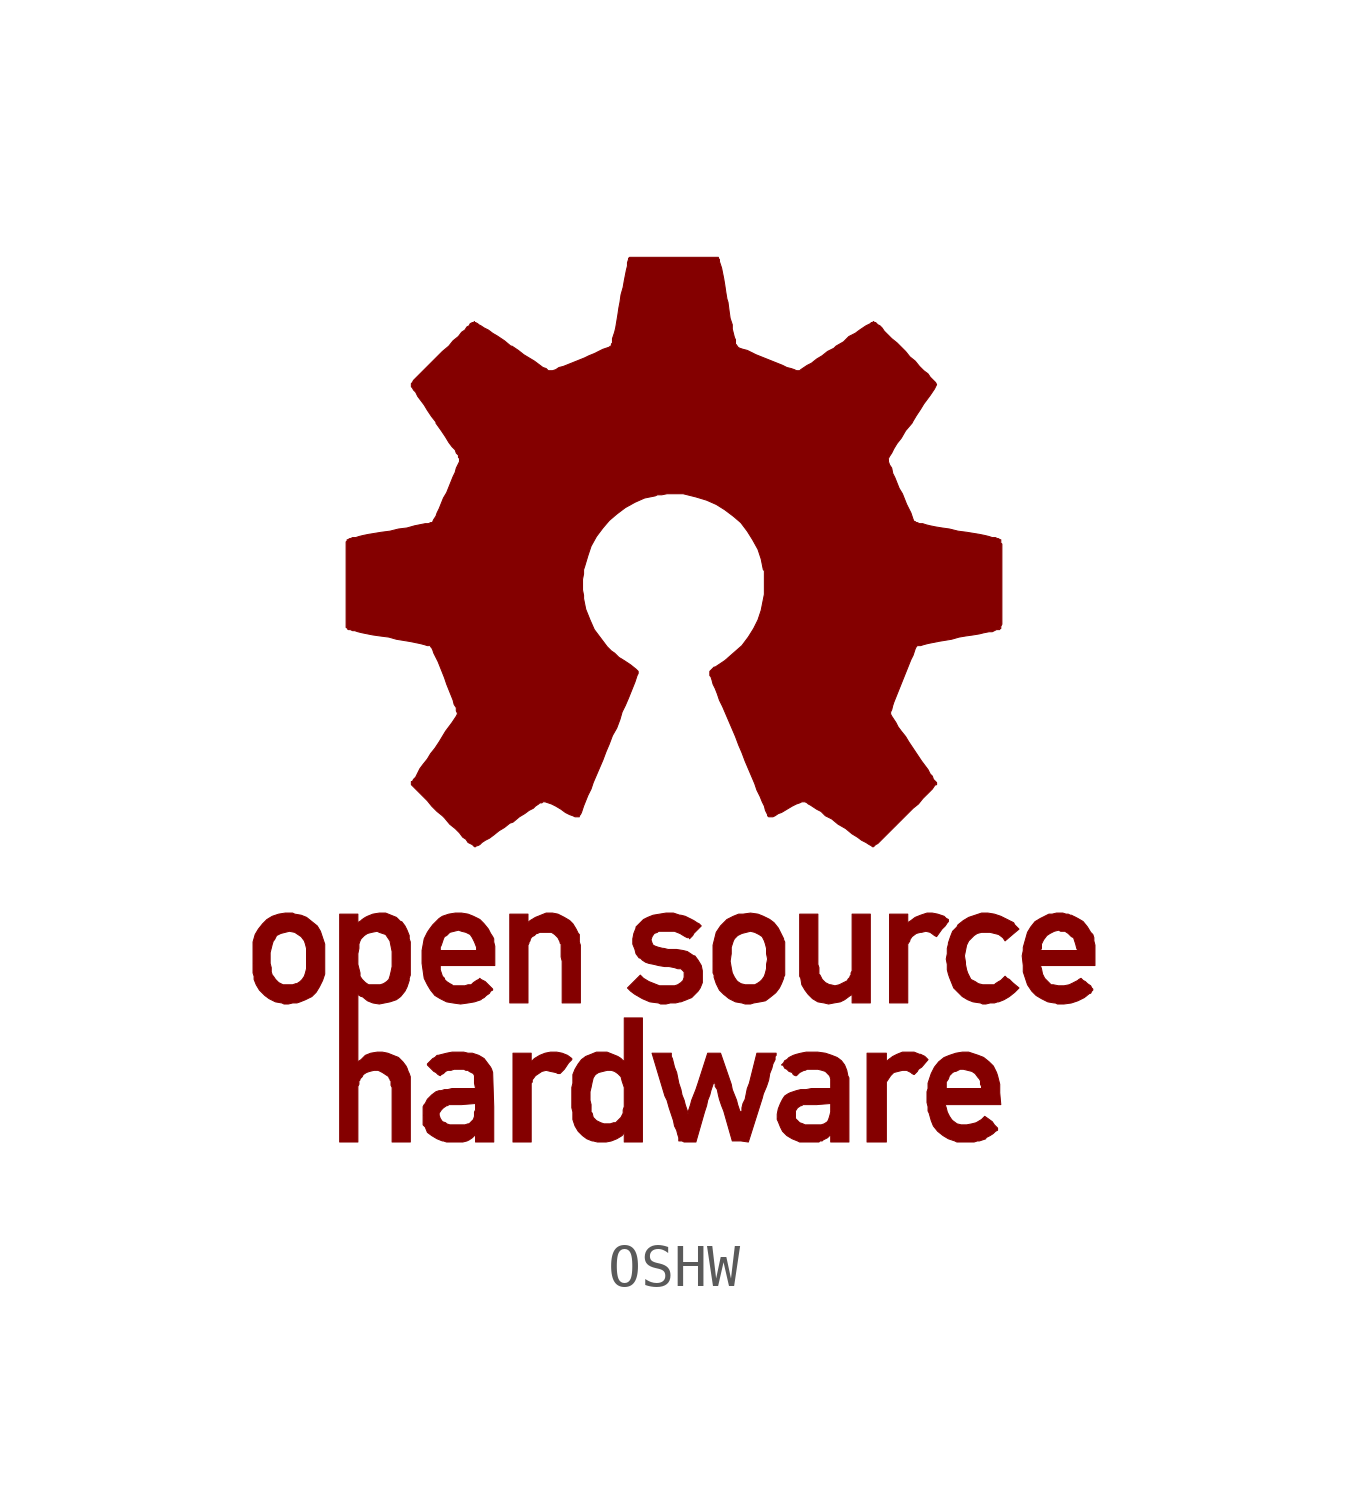
<source format=kicad_sym>
(kicad_symbol_lib
  (version 20210619)
  (generator kicad_symbol_editor)
  (symbol "0xCB:OSHW"
    (pin_names
      (offset 1.016))
    (property "Reference" "#G"
      (at 0 -9.855 0)
      (effects (font (size 1.27 1.27)) hide))
    (symbol "OSHW_0_0"
      (polyline (pts (xy 5.055 -9.093) (xy 5.156 -8.941) (xy 5.232 -8.865) (xy 5.436 -8.814) (xy 5.537 -8.814) (xy 5.639 -8.865) (xy 5.664 -8.89) (xy 5.715 -8.915) (xy 5.791 -8.839) (xy 5.817 -8.788) (xy 5.893 -8.738) (xy 6.045 -8.56) (xy 5.969 -8.484) (xy 5.867 -8.433) (xy 5.842 -8.433) (xy 5.715 -8.382) (xy 5.436 -8.382) (xy 5.309 -8.433) (xy 5.207 -8.484) (xy 5.105 -8.56) (xy 5.055 -8.611) (xy 5.055 -8.407) (xy 4.597 -8.407) (xy 4.597 -10.516) (xy 5.055 -10.516) (xy 5.055 -9.093)) (stroke (width 0.025)) (fill (type outline)))
      (polyline (pts (xy -3.378 -9.119) (xy -3.353 -9.093) (xy -3.353 -9.042) (xy -3.277 -8.941) (xy -3.124 -8.839) (xy -3.023 -8.814) (xy -2.921 -8.839) (xy -2.794 -8.865) (xy -2.743 -8.89) (xy -2.692 -8.89) (xy -2.591 -8.788) (xy -2.489 -8.636) (xy -2.413 -8.56) (xy -2.413 -8.534) (xy -2.515 -8.458) (xy -2.642 -8.407) (xy -2.769 -8.382) (xy -2.921 -8.382) (xy -3.048 -8.407) (xy -3.175 -8.458) (xy -3.302 -8.534) (xy -3.378 -8.611) (xy -3.378 -8.407) (xy -3.81 -8.407) (xy -3.81 -10.516) (xy -3.378 -10.516) (xy -3.378 -9.119)) (stroke (width 0.025)) (fill (type outline)))
      (polyline (pts (xy 5.563 -5.817) (xy 5.613 -5.74) (xy 5.613 -5.715) (xy 5.664 -5.639) (xy 5.766 -5.563) (xy 5.867 -5.537) (xy 5.893 -5.537) (xy 5.994 -5.512) (xy 6.096 -5.537) (xy 6.198 -5.613) (xy 6.248 -5.639) (xy 6.375 -5.461) (xy 6.452 -5.385) (xy 6.502 -5.309) (xy 6.528 -5.283) (xy 6.528 -5.232) (xy 6.477 -5.207) (xy 6.426 -5.156) (xy 6.274 -5.105) (xy 6.147 -5.08) (xy 6.02 -5.08) (xy 5.867 -5.131) (xy 5.74 -5.182) (xy 5.639 -5.258) (xy 5.563 -5.309) (xy 5.563 -5.105) (xy 5.131 -5.105) (xy 5.131 -7.214) (xy 5.563 -7.214) (xy 5.563 -5.817)) (stroke (width 0.025)) (fill (type outline)))
      (polyline (pts (xy 3.81 -7.214) (xy 3.962 -7.188) (xy 4.064 -7.137) (xy 4.166 -7.061) (xy 4.242 -7.01) (xy 4.242 -7.214) (xy 4.674 -7.214) (xy 4.674 -5.105) (xy 4.242 -5.105) (xy 4.242 -6.452) (xy 4.216 -6.502) (xy 4.216 -6.553) (xy 4.191 -6.579) (xy 4.191 -6.604) (xy 4.14 -6.655) (xy 4.14 -6.68) (xy 3.937 -6.782) (xy 3.835 -6.807) (xy 3.734 -6.782) (xy 3.708 -6.782) (xy 3.607 -6.731) (xy 3.531 -6.655) (xy 3.48 -6.553) (xy 3.454 -6.528) (xy 3.454 -6.375) (xy 3.429 -6.299) (xy 3.429 -5.105) (xy 2.997 -5.105) (xy 2.997 -6.579) (xy 3.023 -6.629) (xy 3.048 -6.782) (xy 3.124 -6.909) (xy 3.2 -7.01) (xy 3.302 -7.112) (xy 3.429 -7.188) (xy 3.581 -7.214) (xy 3.683 -7.239) (xy 3.81 -7.214)) (stroke (width 0.025)) (fill (type outline)))
      (polyline (pts (xy -3.454 -5.842) (xy -3.429 -5.791) (xy -3.429 -5.766) (xy -3.404 -5.74) (xy -3.404 -5.715) (xy -3.378 -5.664) (xy -3.353 -5.639) (xy -3.302 -5.613) (xy -3.251 -5.563) (xy -3.226 -5.563) (xy -3.175 -5.537) (xy -2.896 -5.537) (xy -2.819 -5.588) (xy -2.743 -5.664) (xy -2.692 -5.766) (xy -2.692 -5.791) (xy -2.667 -5.817) (xy -2.667 -6.121) (xy -2.642 -6.223) (xy -2.642 -7.214) (xy -2.21 -7.214) (xy -2.21 -5.842) (xy -2.235 -5.766) (xy -2.235 -5.588) (xy -2.261 -5.563) (xy -2.311 -5.461) (xy -2.388 -5.334) (xy -2.464 -5.258) (xy -2.591 -5.182) (xy -2.743 -5.105) (xy -2.87 -5.08) (xy -3.023 -5.08) (xy -3.277 -5.182) (xy -3.404 -5.258) (xy -3.454 -5.309) (xy -3.454 -5.105) (xy -3.886 -5.105) (xy -3.886 -7.214) (xy -3.454 -7.214) (xy -3.454 -5.842)) (stroke (width 0.025)) (fill (type outline)))
      (polyline (pts (xy -1.473 -10.49) (xy -1.346 -10.439) (xy -1.219 -10.363) (xy -1.168 -10.287) (xy -1.168 -10.516) (xy -0.737 -10.516) (xy -0.737 -7.569) (xy -1.168 -7.569) (xy -1.168 -8.585) (xy -1.194 -8.585) (xy -1.245 -8.534) (xy -1.321 -8.484) (xy -1.575 -8.382) (xy -1.829 -8.382) (xy -2.083 -8.484) (xy -2.184 -8.56) (xy -2.261 -8.661) (xy -2.337 -8.788) (xy -2.388 -8.915) (xy -2.388 -9.119) (xy -2.413 -9.22) (xy -2.413 -9.525) (xy -1.981 -9.525) (xy -1.981 -9.322) (xy -1.956 -9.22) (xy -1.93 -9.093) (xy -1.905 -8.992) (xy -1.854 -8.915) (xy -1.778 -8.865) (xy -1.575 -8.814) (xy -1.473 -8.814) (xy -1.397 -8.839) (xy -1.321 -8.89) (xy -1.245 -8.966) (xy -1.219 -9.068) (xy -1.168 -9.22) (xy -1.168 -9.677) (xy -1.194 -9.754) (xy -1.194 -9.83) (xy -1.245 -9.931) (xy -1.372 -10.058) (xy -1.422 -10.058) (xy -1.499 -10.084) (xy -1.651 -10.084) (xy -1.727 -10.058) (xy -1.829 -10.008) (xy -1.905 -9.931) (xy -1.93 -9.83) (xy -1.956 -9.804) (xy -1.956 -9.627) (xy -1.981 -9.525) (xy -2.413 -9.525) (xy -2.413 -9.703) (xy -2.388 -9.804) (xy -2.388 -9.982) (xy -2.337 -10.135) (xy -2.261 -10.262) (xy -2.159 -10.363) (xy -2.057 -10.439) (xy -1.93 -10.49) (xy -1.905 -10.49) (xy -1.803 -10.516) (xy -1.6 -10.516) (xy -1.473 -10.49)) (stroke (width 0.025)) (fill (type outline)))
      (polyline (pts (xy 7.518 -7.214) (xy 7.62 -7.214) (xy 7.696 -7.188) (xy 7.722 -7.188) (xy 7.849 -7.137) (xy 7.976 -7.061) (xy 8.103 -6.96) (xy 8.204 -6.858) (xy 8.052 -6.731) (xy 7.976 -6.655) (xy 7.925 -6.629) (xy 7.874 -6.579) (xy 7.772 -6.68) (xy 7.722 -6.706) (xy 7.645 -6.756) (xy 7.62 -6.782) (xy 7.341 -6.782) (xy 7.239 -6.756) (xy 7.163 -6.706) (xy 7.061 -6.655) (xy 6.985 -6.502) (xy 6.96 -6.426) (xy 6.934 -6.299) (xy 6.934 -6.248) (xy 6.909 -6.096) (xy 6.96 -5.842) (xy 7.01 -5.74) (xy 7.137 -5.613) (xy 7.214 -5.563) (xy 7.315 -5.537) (xy 7.518 -5.537) (xy 7.722 -5.588) (xy 7.823 -5.664) (xy 7.874 -5.74) (xy 8.052 -5.588) (xy 8.204 -5.461) (xy 8.103 -5.359) (xy 8.077 -5.309) (xy 7.772 -5.156) (xy 7.62 -5.105) (xy 7.468 -5.08) (xy 7.315 -5.08) (xy 7.01 -5.182) (xy 6.883 -5.258) (xy 6.756 -5.359) (xy 6.731 -5.41) (xy 6.629 -5.512) (xy 6.579 -5.639) (xy 6.528 -5.791) (xy 6.528 -5.817) (xy 6.502 -5.918) (xy 6.502 -6.045) (xy 6.477 -6.172) (xy 6.502 -6.299) (xy 6.502 -6.426) (xy 6.528 -6.528) (xy 6.553 -6.604) (xy 6.655 -6.858) (xy 6.858 -7.061) (xy 6.985 -7.137) (xy 7.112 -7.188) (xy 7.29 -7.214) (xy 7.341 -7.239) (xy 7.417 -7.239) (xy 7.518 -7.214)) (stroke (width 0.025)) (fill (type outline)))
      (polyline (pts (xy -9.042 -7.214) (xy -8.941 -7.214) (xy -8.865 -7.188) (xy -8.738 -7.137) (xy -8.585 -7.061) (xy -8.484 -6.96) (xy -8.407 -6.833) (xy -8.331 -6.68) (xy -8.28 -6.528) (xy -8.28 -5.817) (xy -8.382 -5.512) (xy -8.458 -5.385) (xy -8.712 -5.182) (xy -8.839 -5.131) (xy -8.992 -5.105) (xy -9.042 -5.08) (xy -9.22 -5.08) (xy -9.373 -5.105) (xy -9.525 -5.156) (xy -9.652 -5.232) (xy -9.754 -5.334) (xy -9.855 -5.461) (xy -9.931 -5.588) (xy -9.982 -5.766) (xy -9.982 -6.274) (xy -9.576 -6.274) (xy -9.576 -6.02) (xy -9.525 -5.817) (xy -9.5 -5.74) (xy -9.474 -5.715) (xy -9.423 -5.613) (xy -9.322 -5.563) (xy -9.119 -5.512) (xy -8.992 -5.537) (xy -8.839 -5.639) (xy -8.763 -5.74) (xy -8.738 -5.817) (xy -8.712 -5.918) (xy -8.712 -6.401) (xy -8.738 -6.502) (xy -8.763 -6.579) (xy -8.814 -6.655) (xy -8.865 -6.706) (xy -8.941 -6.756) (xy -8.966 -6.756) (xy -9.042 -6.782) (xy -9.271 -6.782) (xy -9.373 -6.731) (xy -9.449 -6.655) (xy -9.5 -6.579) (xy -9.525 -6.553) (xy -9.55 -6.477) (xy -9.55 -6.375) (xy -9.576 -6.274) (xy -9.982 -6.274) (xy -9.982 -6.502) (xy -9.957 -6.579) (xy -9.957 -6.655) (xy -9.906 -6.782) (xy -9.83 -6.909) (xy -9.703 -7.036) (xy -9.601 -7.112) (xy -9.449 -7.188) (xy -9.296 -7.214) (xy -9.246 -7.239) (xy -9.144 -7.239) (xy -9.042 -7.214)) (stroke (width 0.025)) (fill (type outline)))
      (polyline (pts (xy 1.905 -7.214) (xy 2.057 -7.188) (xy 2.184 -7.163) (xy 2.286 -7.087) (xy 2.413 -6.985) (xy 2.438 -6.96) (xy 2.515 -6.858) (xy 2.565 -6.756) (xy 2.616 -6.629) (xy 2.616 -6.604) (xy 2.642 -6.553) (xy 2.642 -5.766) (xy 2.616 -5.715) (xy 2.616 -5.69) (xy 2.489 -5.436) (xy 2.388 -5.309) (xy 2.286 -5.232) (xy 2.134 -5.156) (xy 2.007 -5.105) (xy 1.829 -5.08) (xy 1.651 -5.105) (xy 1.549 -5.105) (xy 1.422 -5.156) (xy 1.27 -5.232) (xy 1.118 -5.385) (xy 1.016 -5.537) (xy 0.94 -5.842) (xy 0.94 -6.223) (xy 1.346 -6.223) (xy 1.372 -6.045) (xy 1.372 -5.893) (xy 1.422 -5.74) (xy 1.448 -5.69) (xy 1.524 -5.613) (xy 1.626 -5.563) (xy 1.829 -5.512) (xy 1.93 -5.537) (xy 2.032 -5.588) (xy 2.108 -5.639) (xy 2.159 -5.74) (xy 2.184 -5.817) (xy 2.21 -5.918) (xy 2.21 -6.045) (xy 2.235 -6.172) (xy 2.21 -6.299) (xy 2.21 -6.401) (xy 2.184 -6.502) (xy 2.159 -6.579) (xy 2.108 -6.655) (xy 2.057 -6.706) (xy 1.981 -6.756) (xy 1.93 -6.782) (xy 1.702 -6.782) (xy 1.6 -6.756) (xy 1.524 -6.706) (xy 1.499 -6.68) (xy 1.448 -6.604) (xy 1.397 -6.502) (xy 1.372 -6.375) (xy 1.346 -6.223) (xy 0.94 -6.223) (xy 0.94 -6.502) (xy 0.965 -6.553) (xy 0.965 -6.604) (xy 1.016 -6.756) (xy 1.092 -6.909) (xy 1.194 -7.01) (xy 1.321 -7.112) (xy 1.473 -7.188) (xy 1.626 -7.214) (xy 1.702 -7.239) (xy 1.829 -7.239) (xy 1.905 -7.214)) (stroke (width 0.025)) (fill (type outline)))
      (polyline (pts (xy 0.737 -9.804) (xy 0.787 -9.652) (xy 0.813 -9.525) (xy 0.864 -9.398) (xy 0.889 -9.296) (xy 0.94 -9.144) (xy 0.965 -9.093) (xy 0.991 -9.144) (xy 0.991 -9.195) (xy 1.041 -9.271) (xy 1.067 -9.398) (xy 1.092 -9.5) (xy 1.143 -9.652) (xy 1.194 -9.779) (xy 1.397 -10.49) (xy 1.6 -10.49) (xy 1.778 -10.516) (xy 2.108 -9.474) (xy 2.134 -9.373) (xy 2.21 -9.195) (xy 2.261 -9.042) (xy 2.286 -8.89) (xy 2.337 -8.763) (xy 2.362 -8.661) (xy 2.413 -8.56) (xy 2.413 -8.484) (xy 2.438 -8.458) (xy 2.438 -8.407) (xy 1.981 -8.407) (xy 1.803 -9.119) (xy 1.753 -9.246) (xy 1.702 -9.5) (xy 1.651 -9.601) (xy 1.626 -9.703) (xy 1.626 -9.779) (xy 1.6 -9.804) (xy 1.575 -9.779) (xy 1.524 -9.627) (xy 1.499 -9.525) (xy 1.397 -9.271) (xy 1.372 -9.144) (xy 1.118 -8.407) (xy 0.813 -8.407) (xy 0.584 -9.119) (xy 0.533 -9.271) (xy 0.432 -9.525) (xy 0.406 -9.627) (xy 0.356 -9.779) (xy 0.356 -9.83) (xy 0.33 -9.83) (xy 0.33 -9.779) (xy 0.279 -9.627) (xy 0.254 -9.525) (xy 0.203 -9.398) (xy 0.178 -9.271) (xy 0.127 -9.119) (xy 0.076 -8.865) (xy 0.025 -8.738) (xy -0.025 -8.534) (xy -0.051 -8.484) (xy -0.051 -8.407) (xy -0.508 -8.407) (xy -0.203 -9.423) (xy -0.152 -9.525) (xy -0.102 -9.703) (xy 0 -10.008) (xy 0.025 -10.135) (xy 0.076 -10.236) (xy 0.102 -10.338) (xy 0.127 -10.414) (xy 0.127 -10.49) (xy 0.203 -10.49) (xy 0.254 -10.516) (xy 0.533 -10.516) (xy 0.737 -9.804)) (stroke (width 0.025)) (fill (type outline)))
      (polyline (pts (xy -4.877 -7.214) (xy -4.724 -7.188) (xy -4.572 -7.137) (xy -4.547 -7.112) (xy -4.496 -7.087) (xy -4.445 -7.036) (xy -4.369 -6.985) (xy -4.343 -6.934) (xy -4.293 -6.909) (xy -4.293 -6.883) (xy -4.47 -6.706) (xy -4.572 -6.655) (xy -4.597 -6.629) (xy -4.623 -6.655) (xy -4.674 -6.68) (xy -4.75 -6.731) (xy -4.801 -6.782) (xy -4.877 -6.782) (xy -4.953 -6.807) (xy -5.232 -6.807) (xy -5.258 -6.782) (xy -5.309 -6.756) (xy -5.385 -6.706) (xy -5.436 -6.655) (xy -5.436 -6.629) (xy -5.486 -6.579) (xy -5.537 -6.426) (xy -5.537 -6.325) (xy -4.242 -6.325) (xy -4.242 -5.867) (xy -4.267 -5.766) (xy -4.267 -5.69) (xy -4.293 -5.639) (xy -4.343 -5.563) (xy -4.394 -5.461) (xy -4.496 -5.334) (xy -4.597 -5.232) (xy -4.75 -5.156) (xy -4.877 -5.105) (xy -5.029 -5.08) (xy -5.182 -5.08) (xy -5.334 -5.105) (xy -5.486 -5.156) (xy -5.563 -5.207) (xy -5.715 -5.359) (xy -5.791 -5.461) (xy -5.842 -5.537) (xy -5.918 -5.69) (xy -5.969 -5.969) (xy -5.537 -5.969) (xy -5.537 -5.893) (xy -5.512 -5.842) (xy -5.461 -5.69) (xy -5.436 -5.639) (xy -5.385 -5.613) (xy -5.309 -5.537) (xy -5.105 -5.486) (xy -5.029 -5.512) (xy -4.928 -5.537) (xy -4.826 -5.588) (xy -4.775 -5.664) (xy -4.724 -5.766) (xy -4.674 -5.893) (xy -4.674 -5.969) (xy -5.537 -5.969) (xy -5.969 -5.969) (xy -5.969 -6.045) (xy -5.969 -6.274) (xy -5.918 -6.629) (xy -5.842 -6.782) (xy -5.766 -6.909) (xy -5.664 -7.036) (xy -5.537 -7.112) (xy -5.385 -7.188) (xy -5.232 -7.214) (xy -5.055 -7.239) (xy -4.877 -7.214)) (stroke (width 0.025)) (fill (type outline)))
      (polyline (pts (xy 7.214 -10.49) (xy 7.264 -10.49) (xy 7.417 -10.439) (xy 7.417 -10.414) (xy 7.518 -10.363) (xy 7.595 -10.312) (xy 7.645 -10.262) (xy 7.696 -10.236) (xy 7.696 -10.185) (xy 7.62 -10.109) (xy 7.569 -10.033) (xy 7.391 -9.906) (xy 7.315 -9.982) (xy 7.188 -10.058) (xy 7.087 -10.084) (xy 6.96 -10.109) (xy 6.833 -10.109) (xy 6.731 -10.084) (xy 6.629 -10.008) (xy 6.604 -9.982) (xy 6.553 -9.906) (xy 6.502 -9.804) (xy 6.477 -9.703) (xy 6.452 -9.627) (xy 7.772 -9.627) (xy 7.747 -9.347) (xy 7.747 -9.144) (xy 7.696 -8.941) (xy 7.671 -8.865) (xy 7.595 -8.712) (xy 7.493 -8.611) (xy 7.366 -8.509) (xy 7.239 -8.458) (xy 7.01 -8.382) (xy 6.858 -8.382) (xy 6.706 -8.407) (xy 6.553 -8.458) (xy 6.426 -8.509) (xy 6.299 -8.611) (xy 6.198 -8.738) (xy 6.121 -8.89) (xy 6.045 -9.119) (xy 6.045 -9.22) (xy 6.045 -9.246) (xy 6.477 -9.246) (xy 6.477 -9.093) (xy 6.528 -9.017) (xy 6.553 -8.941) (xy 6.629 -8.865) (xy 6.68 -8.839) (xy 6.706 -8.839) (xy 6.807 -8.788) (xy 6.883 -8.788) (xy 7.087 -8.839) (xy 7.163 -8.89) (xy 7.239 -8.992) (xy 7.264 -9.017) (xy 7.29 -9.068) (xy 7.29 -9.144) (xy 7.315 -9.195) (xy 7.315 -9.246) (xy 6.477 -9.246) (xy 6.045 -9.246) (xy 6.02 -9.322) (xy 6.02 -9.576) (xy 6.045 -9.677) (xy 6.045 -9.779) (xy 6.071 -9.83) (xy 6.121 -10.008) (xy 6.172 -10.135) (xy 6.274 -10.262) (xy 6.401 -10.363) (xy 6.528 -10.439) (xy 6.68 -10.49) (xy 6.731 -10.516) (xy 7.137 -10.516) (xy 7.214 -10.49)) (stroke (width 0.025)) (fill (type outline)))
      (polyline (pts (xy 9.449 -7.214) (xy 9.601 -7.163) (xy 9.754 -7.087) (xy 9.881 -6.985) (xy 9.906 -6.985) (xy 9.931 -6.934) (xy 9.957 -6.909) (xy 9.957 -6.883) (xy 9.931 -6.858) (xy 9.906 -6.807) (xy 9.83 -6.756) (xy 9.779 -6.706) (xy 9.728 -6.68) (xy 9.677 -6.629) (xy 9.627 -6.655) (xy 9.601 -6.68) (xy 9.398 -6.782) (xy 9.271 -6.807) (xy 9.144 -6.807) (xy 9.017 -6.782) (xy 8.966 -6.782) (xy 8.814 -6.629) (xy 8.763 -6.528) (xy 8.738 -6.401) (xy 8.712 -6.325) (xy 10.008 -6.325) (xy 10.008 -5.842) (xy 9.982 -5.74) (xy 9.982 -5.664) (xy 9.957 -5.588) (xy 9.906 -5.537) (xy 9.83 -5.41) (xy 9.728 -5.283) (xy 9.601 -5.207) (xy 9.449 -5.131) (xy 9.423 -5.131) (xy 9.373 -5.105) (xy 9.322 -5.105) (xy 9.246 -5.08) (xy 9.093 -5.08) (xy 8.992 -5.105) (xy 8.915 -5.105) (xy 8.712 -5.207) (xy 8.585 -5.283) (xy 8.484 -5.41) (xy 8.407 -5.537) (xy 8.306 -5.893) (xy 8.306 -5.969) (xy 8.712 -5.969) (xy 8.738 -5.918) (xy 8.738 -5.817) (xy 8.788 -5.715) (xy 8.865 -5.613) (xy 8.941 -5.563) (xy 9.042 -5.512) (xy 9.144 -5.486) (xy 9.195 -5.512) (xy 9.296 -5.512) (xy 9.373 -5.563) (xy 9.449 -5.639) (xy 9.5 -5.664) (xy 9.55 -5.817) (xy 9.576 -5.918) (xy 9.601 -5.969) (xy 8.712 -5.969) (xy 8.306 -5.969) (xy 8.28 -6.096) (xy 8.306 -6.325) (xy 8.306 -6.477) (xy 8.407 -6.782) (xy 8.509 -6.934) (xy 8.611 -7.036) (xy 8.738 -7.112) (xy 8.89 -7.188) (xy 9.042 -7.214) (xy 9.068 -7.214) (xy 9.119 -7.239) (xy 9.271 -7.239) (xy 9.449 -7.214)) (stroke (width 0.025)) (fill (type outline)))
      (polyline (pts (xy 3.48 -10.49) (xy 3.531 -10.49) (xy 3.556 -10.465) (xy 3.658 -10.414) (xy 3.734 -10.338) (xy 3.734 -10.516) (xy 4.166 -10.516) (xy 4.166 -8.992) (xy 4.14 -8.941) (xy 4.115 -8.814) (xy 4.064 -8.687) (xy 3.988 -8.585) (xy 3.886 -8.509) (xy 3.759 -8.458) (xy 3.607 -8.407) (xy 3.429 -8.382) (xy 3.15 -8.382) (xy 3.023 -8.407) (xy 2.921 -8.433) (xy 2.845 -8.458) (xy 2.743 -8.509) (xy 2.692 -8.56) (xy 2.642 -8.585) (xy 2.616 -8.636) (xy 2.565 -8.687) (xy 2.591 -8.687) (xy 2.616 -8.712) (xy 2.642 -8.763) (xy 2.692 -8.788) (xy 2.743 -8.839) (xy 2.819 -8.865) (xy 2.845 -8.915) (xy 2.896 -8.941) (xy 2.921 -8.941) (xy 2.997 -8.865) (xy 3.099 -8.814) (xy 3.124 -8.814) (xy 3.175 -8.788) (xy 3.429 -8.788) (xy 3.531 -8.814) (xy 3.607 -8.839) (xy 3.708 -8.941) (xy 3.734 -9.017) (xy 3.734 -9.246) (xy 3.277 -9.246) (xy 3.15 -9.271) (xy 3.023 -9.271) (xy 2.921 -9.296) (xy 2.769 -9.347) (xy 2.718 -9.373) (xy 2.642 -9.423) (xy 2.591 -9.5) (xy 2.54 -9.601) (xy 2.489 -9.728) (xy 2.464 -9.855) (xy 2.464 -9.957) (xy 2.896 -9.957) (xy 2.896 -9.779) (xy 2.946 -9.703) (xy 3.023 -9.652) (xy 3.048 -9.652) (xy 3.073 -9.627) (xy 3.404 -9.627) (xy 3.734 -9.601) (xy 3.734 -9.804) (xy 3.708 -9.906) (xy 3.683 -9.982) (xy 3.658 -10.033) (xy 3.581 -10.084) (xy 3.505 -10.109) (xy 3.124 -10.109) (xy 3.073 -10.084) (xy 2.997 -10.058) (xy 2.896 -9.957) (xy 2.464 -9.957) (xy 2.464 -9.982) (xy 2.489 -10.033) (xy 2.54 -10.16) (xy 2.591 -10.262) (xy 2.692 -10.363) (xy 2.819 -10.439) (xy 2.946 -10.49) (xy 2.997 -10.516) (xy 3.454 -10.516) (xy 3.48 -10.49)) (stroke (width 0.025)) (fill (type outline)))
      (polyline (pts (xy -4.902 -10.49) (xy -4.851 -10.465) (xy -4.775 -10.414) (xy -4.699 -10.338) (xy -4.699 -10.516) (xy -4.267 -10.516) (xy -4.267 -9.677) (xy -4.293 -8.865) (xy -4.318 -8.788) (xy -4.343 -8.738) (xy -4.496 -8.534) (xy -4.623 -8.458) (xy -4.775 -8.407) (xy -4.877 -8.407) (xy -4.978 -8.382) (xy -5.258 -8.382) (xy -5.385 -8.407) (xy -5.588 -8.458) (xy -5.613 -8.458) (xy -5.664 -8.509) (xy -5.715 -8.534) (xy -5.842 -8.661) (xy -5.842 -8.687) (xy -5.69 -8.839) (xy -5.639 -8.865) (xy -5.588 -8.915) (xy -5.537 -8.941) (xy -5.512 -8.915) (xy -5.461 -8.89) (xy -5.41 -8.839) (xy -5.359 -8.814) (xy -5.283 -8.814) (xy -5.207 -8.788) (xy -4.978 -8.788) (xy -4.928 -8.814) (xy -4.877 -8.814) (xy -4.851 -8.839) (xy -4.75 -8.89) (xy -4.724 -8.941) (xy -4.724 -9.119) (xy -4.699 -9.246) (xy -5.258 -9.246) (xy -5.359 -9.271) (xy -5.436 -9.271) (xy -5.512 -9.296) (xy -5.563 -9.296) (xy -5.639 -9.322) (xy -5.74 -9.398) (xy -5.842 -9.5) (xy -5.893 -9.601) (xy -5.918 -9.627) (xy -5.944 -9.677) (xy -5.944 -9.881) (xy -5.563 -9.881) (xy -5.563 -9.83) (xy -5.512 -9.754) (xy -5.461 -9.703) (xy -5.385 -9.652) (xy -5.359 -9.652) (xy -5.334 -9.627) (xy -5.029 -9.627) (xy -4.699 -9.601) (xy -4.699 -9.754) (xy -4.724 -9.804) (xy -4.724 -9.906) (xy -4.75 -9.982) (xy -4.851 -10.084) (xy -4.877 -10.084) (xy -4.953 -10.109) (xy -5.309 -10.109) (xy -5.385 -10.084) (xy -5.41 -10.058) (xy -5.486 -10.033) (xy -5.537 -9.957) (xy -5.563 -9.881) (xy -5.944 -9.881) (xy -5.944 -10.109) (xy -5.893 -10.16) (xy -5.842 -10.287) (xy -5.74 -10.363) (xy -5.613 -10.439) (xy -5.486 -10.49) (xy -5.461 -10.49) (xy -5.385 -10.516) (xy -5.004 -10.516) (xy -4.902 -10.49)) (stroke (width 0.025)) (fill (type outline)))
      (polyline (pts (xy -0.076 -7.214) (xy 0.051 -7.214) (xy 0.152 -7.188) (xy 0.178 -7.188) (xy 0.432 -7.087) (xy 0.584 -6.934) (xy 0.635 -6.858) (xy 0.686 -6.731) (xy 0.686 -6.452) (xy 0.66 -6.325) (xy 0.584 -6.198) (xy 0.508 -6.096) (xy 0.483 -6.096) (xy 0.33 -5.994) (xy 0.229 -5.969) (xy 0.076 -5.944) (xy -0.127 -5.944) (xy -0.229 -5.918) (xy -0.254 -5.918) (xy -0.356 -5.893) (xy -0.432 -5.867) (xy -0.483 -5.842) (xy -0.508 -5.791) (xy -0.533 -5.715) (xy -0.508 -5.639) (xy -0.457 -5.563) (xy -0.381 -5.537) (xy -0.356 -5.512) (xy 0.025 -5.512) (xy 0.152 -5.563) (xy 0.279 -5.639) (xy 0.33 -5.664) (xy 0.381 -5.664) (xy 0.381 -5.69) (xy 0.457 -5.613) (xy 0.483 -5.563) (xy 0.66 -5.385) (xy 0.61 -5.334) (xy 0.559 -5.309) (xy 0.483 -5.258) (xy 0.279 -5.156) (xy 0.178 -5.131) (xy 0.152 -5.131) (xy 0 -5.08) (xy -0.178 -5.08) (xy -0.483 -5.131) (xy -0.61 -5.182) (xy -0.711 -5.232) (xy -0.889 -5.41) (xy -0.889 -5.436) (xy -0.94 -5.563) (xy -0.965 -5.69) (xy -0.965 -5.817) (xy -0.914 -5.944) (xy -0.889 -6.045) (xy -0.813 -6.147) (xy -0.787 -6.147) (xy -0.737 -6.198) (xy -0.66 -6.248) (xy -0.584 -6.274) (xy -0.457 -6.299) (xy -0.356 -6.325) (xy -0.203 -6.35) (xy -0.102 -6.35) (xy 0.025 -6.375) (xy 0.102 -6.401) (xy 0.178 -6.401) (xy 0.254 -6.477) (xy 0.254 -6.604) (xy 0.229 -6.68) (xy 0.178 -6.731) (xy 0.102 -6.782) (xy 0.025 -6.807) (xy -0.33 -6.807) (xy -0.584 -6.706) (xy -0.711 -6.629) (xy -0.787 -6.553) (xy -1.092 -6.858) (xy -1.016 -6.934) (xy -0.914 -7.01) (xy -0.737 -7.112) (xy -0.559 -7.188) (xy -0.356 -7.214) (xy -0.305 -7.239) (xy -0.178 -7.239) (xy -0.076 -7.214)) (stroke (width 0.025)) (fill (type outline)))
      (polyline (pts (xy -7.493 -9.195) (xy -7.468 -9.144) (xy -7.468 -9.068) (xy -7.442 -9.042) (xy -7.442 -9.017) (xy -7.391 -8.966) (xy -7.366 -8.915) (xy -7.29 -8.865) (xy -7.214 -8.839) (xy -7.112 -8.814) (xy -7.01 -8.814) (xy -6.909 -8.865) (xy -6.756 -8.966) (xy -6.756 -8.992) (xy -6.731 -9.017) (xy -6.731 -9.042) (xy -6.706 -9.068) (xy -6.706 -9.169) (xy -6.68 -9.22) (xy -6.68 -10.516) (xy -6.248 -10.516) (xy -6.248 -8.966) (xy -6.274 -8.89) (xy -6.299 -8.839) (xy -6.325 -8.763) (xy -6.35 -8.712) (xy -6.426 -8.611) (xy -6.528 -8.509) (xy -6.782 -8.407) (xy -6.909 -8.382) (xy -7.036 -8.382) (xy -7.188 -8.407) (xy -7.315 -8.458) (xy -7.417 -8.56) (xy -7.493 -8.611) (xy -7.493 -7.01) (xy -7.417 -7.061) (xy -7.391 -7.061) (xy -7.264 -7.163) (xy -7.137 -7.214) (xy -6.985 -7.239) (xy -6.731 -7.188) (xy -6.579 -7.137) (xy -6.477 -7.061) (xy -6.375 -6.934) (xy -6.325 -6.833) (xy -6.274 -6.68) (xy -6.274 -6.629) (xy -6.248 -6.553) (xy -6.248 -5.766) (xy -6.274 -5.69) (xy -6.274 -5.613) (xy -6.325 -5.486) (xy -6.375 -5.385) (xy -6.452 -5.283) (xy -6.477 -5.283) (xy -6.579 -5.182) (xy -6.833 -5.08) (xy -6.985 -5.08) (xy -7.137 -5.105) (xy -7.264 -5.156) (xy -7.315 -5.182) (xy -7.391 -5.232) (xy -7.417 -5.258) (xy -7.493 -5.309) (xy -7.493 -5.105) (xy -7.925 -5.105) (xy -7.925 -6.299) (xy -7.493 -6.299) (xy -7.493 -6.045) (xy -7.468 -5.918) (xy -7.468 -5.817) (xy -7.442 -5.74) (xy -7.417 -5.69) (xy -7.341 -5.613) (xy -7.264 -5.563) (xy -7.163 -5.537) (xy -7.036 -5.512) (xy -6.985 -5.537) (xy -6.833 -5.588) (xy -6.731 -5.74) (xy -6.68 -5.994) (xy -6.68 -6.35) (xy -6.706 -6.477) (xy -6.731 -6.579) (xy -6.756 -6.655) (xy -6.807 -6.706) (xy -6.883 -6.756) (xy -6.96 -6.782) (xy -7.239 -6.782) (xy -7.315 -6.731) (xy -7.391 -6.655) (xy -7.442 -6.579) (xy -7.442 -6.502) (xy -7.493 -6.299) (xy -7.925 -6.299) (xy -7.925 -10.516) (xy -7.493 -10.516) (xy -7.493 -9.195)) (stroke (width 0.025)) (fill (type outline)))
      (polyline (pts (xy -4.674 -3.48) (xy -4.648 -3.48) (xy -4.597 -3.454) (xy -4.547 -3.404) (xy -4.47 -3.353) (xy -4.369 -3.302) (xy -4.267 -3.226) (xy -4.14 -3.124) (xy -4.013 -3.048) (xy -3.886 -2.946) (xy -3.81 -2.921) (xy -3.658 -2.794) (xy -3.531 -2.718) (xy -3.429 -2.642) (xy -3.327 -2.591) (xy -3.277 -2.54) (xy -3.2 -2.489) (xy -3.175 -2.464) (xy -3.124 -2.464) (xy -3.099 -2.438) (xy -3.048 -2.438) (xy -2.896 -2.489) (xy -2.794 -2.54) (xy -2.667 -2.616) (xy -2.565 -2.692) (xy -2.464 -2.743) (xy -2.388 -2.769) (xy -2.337 -2.794) (xy -2.235 -2.794) (xy -2.235 -2.769) (xy -2.21 -2.743) (xy -2.184 -2.692) (xy -2.134 -2.54) (xy -2.032 -2.286) (xy -1.956 -2.134) (xy -1.905 -1.981) (xy -1.676 -1.448) (xy -1.6 -1.245) (xy -1.524 -1.067) (xy -1.448 -0.864) (xy -1.346 -0.686) (xy -1.27 -0.483) (xy -1.219 -0.305) (xy -1.143 -0.152) (xy -1.067 0.025) (xy -0.914 0.406) (xy -0.864 0.559) (xy -0.838 0.61) (xy -0.838 0.66) (xy -0.889 0.711) (xy -1.016 0.813) (xy -1.168 0.914) (xy -1.295 0.991) (xy -1.397 1.092) (xy -1.473 1.143) (xy -1.575 1.245) (xy -1.88 1.651) (xy -1.981 1.88) (xy -2.083 2.134) (xy -2.134 2.388) (xy -2.134 2.464) (xy -2.159 2.591) (xy -2.159 2.845) (xy -2.134 2.972) (xy -2.134 3.073) (xy -2.108 3.15) (xy -2.032 3.404) (xy -1.956 3.632) (xy -1.829 3.861) (xy -1.676 4.064) (xy -1.524 4.242) (xy -1.346 4.394) (xy -1.143 4.547) (xy -0.914 4.674) (xy -0.686 4.775) (xy -0.432 4.826) (xy -0.381 4.851) (xy -0.279 4.851) (xy -0.152 4.877) (xy 0.229 4.877) (xy 0.533 4.801) (xy 0.787 4.724) (xy 1.016 4.623) (xy 1.219 4.496) (xy 1.422 4.343) (xy 1.6 4.191) (xy 1.753 3.988) (xy 1.88 3.785) (xy 2.007 3.556) (xy 2.083 3.327) (xy 2.134 3.073) (xy 2.159 3.048) (xy 2.159 2.489) (xy 2.083 2.108) (xy 2.007 1.88) (xy 1.905 1.676) (xy 1.778 1.473) (xy 1.626 1.27) (xy 1.219 0.914) (xy 0.991 0.762) (xy 0.965 0.762) (xy 0.864 0.66) (xy 0.864 0.559) (xy 0.889 0.533) (xy 0.914 0.457) (xy 0.94 0.356) (xy 0.991 0.254) (xy 1.041 0.127) (xy 1.092 -0.025) (xy 1.168 -0.178) (xy 1.473 -0.889) (xy 1.549 -1.092) (xy 1.626 -1.27) (xy 1.702 -1.473) (xy 1.93 -2.007) (xy 1.981 -2.159) (xy 2.057 -2.311) (xy 2.108 -2.438) (xy 2.159 -2.54) (xy 2.184 -2.642) (xy 2.235 -2.743) (xy 2.235 -2.769) (xy 2.261 -2.794) (xy 2.362 -2.794) (xy 2.413 -2.769) (xy 2.489 -2.718) (xy 2.565 -2.692) (xy 2.819 -2.54) (xy 2.921 -2.489) (xy 2.997 -2.464) (xy 3.048 -2.438) (xy 3.124 -2.438) (xy 3.175 -2.464) (xy 3.2 -2.489) (xy 3.251 -2.515) (xy 3.404 -2.616) (xy 3.505 -2.667) (xy 3.607 -2.769) (xy 3.759 -2.845) (xy 3.912 -2.972) (xy 4.089 -3.073) (xy 4.242 -3.2) (xy 4.369 -3.277) (xy 4.47 -3.353) (xy 4.572 -3.404) (xy 4.648 -3.454) (xy 4.699 -3.48) (xy 4.724 -3.505) (xy 4.75 -3.505) (xy 4.801 -3.454) (xy 4.851 -3.429) (xy 5.69 -2.591) (xy 5.817 -2.489) (xy 5.918 -2.362) (xy 6.147 -2.134) (xy 6.198 -2.057) (xy 6.223 -2.032) (xy 6.248 -2.032) (xy 6.248 -1.981) (xy 6.172 -1.905) (xy 6.147 -1.829) (xy 6.096 -1.778) (xy 6.045 -1.676) (xy 5.893 -1.473) (xy 5.588 -1.016) (xy 5.512 -0.889) (xy 5.41 -0.762) (xy 5.334 -0.66) (xy 5.283 -0.559) (xy 5.182 -0.406) (xy 5.156 -0.356) (xy 5.156 -0.305) (xy 5.182 -0.254) (xy 5.207 -0.152) (xy 5.232 -0.076) (xy 5.639 0.94) (xy 5.69 1.041) (xy 5.74 1.194) (xy 5.766 1.245) (xy 5.791 1.27) (xy 5.867 1.27) (xy 5.944 1.295) (xy 6.045 1.321) (xy 6.299 1.372) (xy 6.604 1.422) (xy 6.782 1.473) (xy 6.934 1.499) (xy 7.112 1.524) (xy 7.264 1.549) (xy 7.366 1.575) (xy 7.493 1.6) (xy 7.569 1.6) (xy 7.671 1.651) (xy 7.747 1.651) (xy 7.747 1.676) (xy 7.772 1.676) (xy 7.772 1.727) (xy 7.798 1.778) (xy 7.798 3.683) (xy 7.772 3.708) (xy 7.772 3.785) (xy 7.747 3.785) (xy 7.722 3.81) (xy 7.696 3.81) (xy 7.645 3.835) (xy 7.569 3.835) (xy 7.493 3.861) (xy 7.391 3.886) (xy 7.264 3.912) (xy 6.96 3.962) (xy 6.756 3.988) (xy 6.553 4.039) (xy 6.375 4.064) (xy 6.223 4.089) (xy 6.096 4.115) (xy 5.994 4.14) (xy 5.918 4.166) (xy 5.842 4.166) (xy 5.791 4.191) (xy 5.766 4.191) (xy 5.74 4.216) (xy 5.715 4.216) (xy 5.69 4.267) (xy 5.639 4.42) (xy 5.537 4.623) (xy 5.436 4.877) (xy 5.359 5.004) (xy 5.258 5.258) (xy 5.207 5.359) (xy 5.182 5.486) (xy 5.131 5.563) (xy 5.105 5.639) (xy 5.105 5.69) (xy 5.08 5.715) (xy 5.105 5.715) (xy 5.131 5.766) (xy 5.182 5.842) (xy 5.232 5.944) (xy 5.309 6.071) (xy 5.41 6.198) (xy 5.512 6.375) (xy 5.664 6.553) (xy 5.69 6.604) (xy 5.766 6.731) (xy 5.867 6.883) (xy 5.944 7.01) (xy 6.096 7.214) (xy 6.198 7.366) (xy 6.248 7.468) (xy 6.223 7.518) (xy 6.096 7.645) (xy 6.045 7.722) (xy 5.944 7.798) (xy 5.842 7.899) (xy 5.74 8.026) (xy 5.613 8.128) (xy 5.512 8.255) (xy 5.309 8.458) (xy 5.182 8.56) (xy 5.004 8.738) (xy 4.953 8.814) (xy 4.902 8.865) (xy 4.851 8.89) (xy 4.801 8.941) (xy 4.775 8.941) (xy 4.75 8.966) (xy 4.724 8.941) (xy 4.699 8.941) (xy 4.674 8.915) (xy 4.572 8.865) (xy 4.42 8.763) (xy 4.318 8.687) (xy 4.166 8.611) (xy 4.039 8.484) (xy 3.861 8.382) (xy 3.81 8.331) (xy 3.658 8.255) (xy 3.531 8.153) (xy 3.404 8.077) (xy 3.277 7.976) (xy 3.175 7.925) (xy 3.023 7.823) (xy 2.997 7.798) (xy 2.921 7.798) (xy 2.87 7.823) (xy 2.794 7.849) (xy 2.692 7.874) (xy 2.591 7.925) (xy 1.956 8.179) (xy 1.753 8.28) (xy 1.651 8.306) (xy 1.575 8.331) (xy 1.524 8.357) (xy 1.524 8.382) (xy 1.499 8.382) (xy 1.499 8.407) (xy 1.473 8.433) (xy 1.473 8.534) (xy 1.448 8.585) (xy 1.397 8.788) (xy 1.397 8.89) (xy 1.346 9.042) (xy 1.321 9.22) (xy 1.295 9.423) (xy 1.27 9.5) (xy 1.245 9.652) (xy 1.219 9.83) (xy 1.194 9.982) (xy 1.143 10.236) (xy 1.092 10.389) (xy 1.092 10.439) (xy 1.067 10.465) (xy 1.067 10.49) (xy -1.041 10.49) (xy -1.067 10.465) (xy -1.067 10.439) (xy -1.092 10.363) (xy -1.092 10.287) (xy -1.118 10.185) (xy -1.168 9.931) (xy -1.194 9.779) (xy -1.245 9.601) (xy -1.27 9.423) (xy -1.295 9.296) (xy -1.321 9.119) (xy -1.372 8.814) (xy -1.397 8.712) (xy -1.448 8.56) (xy -1.448 8.458) (xy -1.473 8.433) (xy -1.473 8.382) (xy -1.499 8.382) (xy -1.524 8.357) (xy -1.676 8.306) (xy -1.88 8.204) (xy -2.007 8.153) (xy -2.108 8.103) (xy -2.616 7.899) (xy -2.718 7.874) (xy -2.794 7.823) (xy -2.87 7.798) (xy -2.972 7.798) (xy -3.023 7.849) (xy -3.099 7.874) (xy -3.302 8.026) (xy -3.556 8.179) (xy -3.683 8.28) (xy -3.835 8.382) (xy -3.861 8.382) (xy -4.013 8.509) (xy -4.166 8.611) (xy -4.293 8.687) (xy -4.394 8.763) (xy -4.496 8.814) (xy -4.572 8.865) (xy -4.623 8.89) (xy -4.648 8.915) (xy -4.699 8.941) (xy -4.724 8.941) (xy -4.724 8.966) (xy -4.75 8.941) (xy -4.775 8.941) (xy -4.826 8.915) (xy -4.851 8.865) (xy -4.902 8.839) (xy -4.953 8.763) (xy -5.029 8.712) (xy -5.105 8.611) (xy -5.232 8.509) (xy -5.334 8.382) (xy -5.486 8.255) (xy -6.172 7.569) (xy -6.198 7.518) (xy -6.223 7.493) (xy -6.223 7.417) (xy -6.198 7.391) (xy -6.172 7.341) (xy -6.121 7.29) (xy -6.071 7.188) (xy -5.918 6.985) (xy -5.842 6.858) (xy -5.74 6.706) (xy -5.639 6.579) (xy -5.639 6.553) (xy -5.512 6.375) (xy -5.41 6.223) (xy -5.334 6.096) (xy -5.258 5.994) (xy -5.182 5.918) (xy -5.156 5.842) (xy -5.105 5.791) (xy -5.105 5.74) (xy -5.08 5.715) (xy -5.08 5.639) (xy -5.156 5.486) (xy -5.182 5.385) (xy -5.232 5.283) (xy -5.385 4.902) (xy -5.461 4.775) (xy -5.563 4.521) (xy -5.613 4.42) (xy -5.639 4.343) (xy -5.69 4.267) (xy -5.715 4.216) (xy -5.715 4.191) (xy -5.766 4.191) (xy -5.817 4.166) (xy -5.893 4.166) (xy -6.147 4.115) (xy -6.325 4.064) (xy -6.528 4.039) (xy -6.731 3.988) (xy -6.934 3.962) (xy -7.239 3.912) (xy -7.366 3.886) (xy -7.468 3.861) (xy -7.544 3.835) (xy -7.62 3.835) (xy -7.671 3.81) (xy -7.696 3.81) (xy -7.722 3.785) (xy -7.747 3.785) (xy -7.747 3.759) (xy -7.772 3.734) (xy -7.772 1.702) (xy -7.747 1.702) (xy -7.747 1.676) (xy -7.722 1.651) (xy -7.671 1.651) (xy -7.62 1.626) (xy -7.569 1.626) (xy -7.493 1.6) (xy -7.391 1.575) (xy -7.137 1.524) (xy -6.96 1.499) (xy -6.756 1.473) (xy -6.579 1.422) (xy -6.274 1.372) (xy -6.02 1.321) (xy -5.918 1.295) (xy -5.842 1.27) (xy -5.766 1.27) (xy -5.766 1.245) (xy -5.74 1.219) (xy -5.715 1.168) (xy -5.69 1.092) (xy -5.588 0.889) (xy -5.436 0.508) (xy -5.385 0.356) (xy -5.232 -0.025) (xy -5.207 -0.127) (xy -5.156 -0.203) (xy -5.156 -0.279) (xy -5.131 -0.33) (xy -5.131 -0.356) (xy -5.156 -0.406) (xy -5.258 -0.559) (xy -5.41 -0.762) (xy -5.563 -1.016) (xy -5.664 -1.168) (xy -5.766 -1.295) (xy -5.842 -1.422) (xy -5.944 -1.549) (xy -6.02 -1.651) (xy -6.121 -1.854) (xy -6.172 -1.905) (xy -6.198 -1.956) (xy -6.223 -1.956) (xy -6.223 -2.032) (xy -5.842 -2.413) (xy -5.74 -2.54) (xy -5.613 -2.667) (xy -5.486 -2.769) (xy -5.436 -2.819) (xy -5.309 -2.972) (xy -5.182 -3.073) (xy -5.08 -3.175) (xy -5.004 -3.277) (xy -4.928 -3.327) (xy -4.877 -3.404) (xy -4.775 -3.454) (xy -4.724 -3.505) (xy -4.699 -3.505) (xy -4.674 -3.48)) (stroke (width 0.025)) (fill (type outline))))))
</source>
